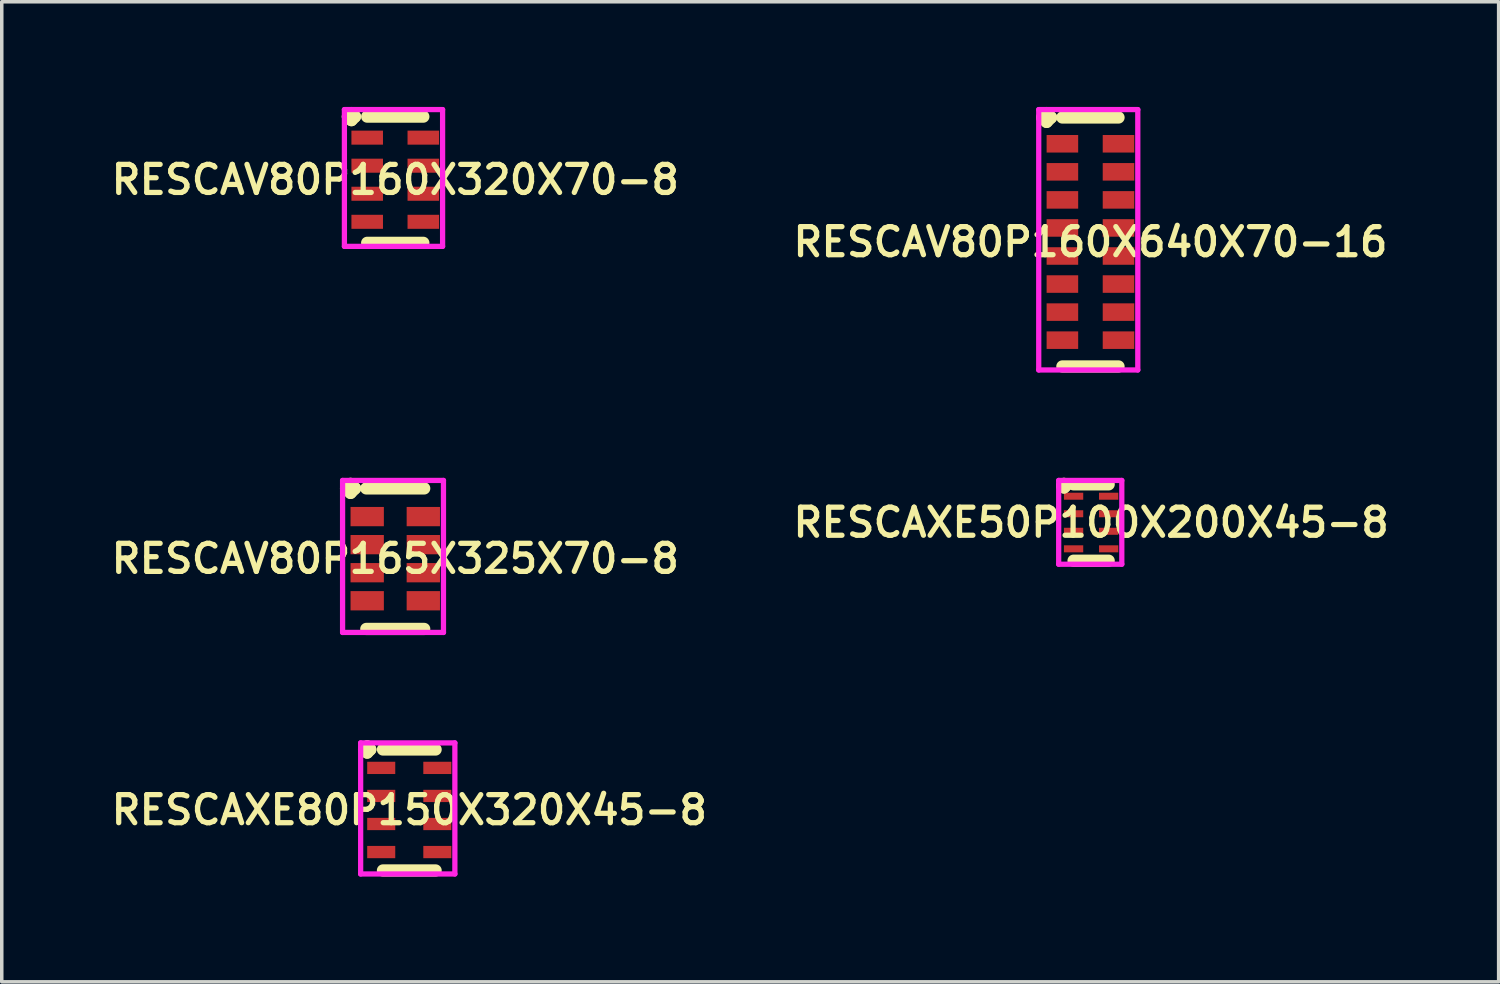
<source format=kicad_pcb>
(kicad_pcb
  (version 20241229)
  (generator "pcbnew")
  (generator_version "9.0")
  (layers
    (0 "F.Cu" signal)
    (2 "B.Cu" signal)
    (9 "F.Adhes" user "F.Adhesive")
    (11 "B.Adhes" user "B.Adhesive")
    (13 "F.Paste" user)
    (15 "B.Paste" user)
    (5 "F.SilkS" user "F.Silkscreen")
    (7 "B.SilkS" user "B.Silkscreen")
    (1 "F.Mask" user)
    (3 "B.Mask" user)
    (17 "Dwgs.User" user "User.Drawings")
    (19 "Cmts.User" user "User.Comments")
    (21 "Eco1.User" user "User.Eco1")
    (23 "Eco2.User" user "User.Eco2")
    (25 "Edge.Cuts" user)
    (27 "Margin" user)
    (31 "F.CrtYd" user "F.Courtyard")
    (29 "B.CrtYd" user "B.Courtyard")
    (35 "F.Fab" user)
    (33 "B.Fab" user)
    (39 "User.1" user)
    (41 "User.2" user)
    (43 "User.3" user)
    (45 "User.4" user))
  (footprint "RESCAXE50P100X200X45-8"
    (layer "F.Cu")
    (at 28.064 11.85)
    (property "Reference" "RESCAXE50P100X200X45-8" (at 0 0 0) (layer "F.SilkS") (effects (font (size 0.8 0.8) (thickness 0.15))))
    (attr smd)
    (fp_line (start -0.825 -1.05) (end -0.775 -1.1) (stroke (width 0.35) (type solid)) (layer "F.SilkS"))
    (fp_line (start -0.775 -1.1) (end -0.725 -1.05) (stroke (width 0.35) (type solid)) (layer "F.SilkS"))
    (fp_line (start -0.775 -1) (end -0.825 -1.05) (stroke (width 0.35) (type solid)) (layer "F.SilkS"))
    (fp_line (start -0.725 -1.05) (end -0.775 -1) (stroke (width 0.35) (type solid)) (layer "F.SilkS"))
    (fp_line (start -0.5 -1.089) (end 0.5 -1.089) (stroke (width 0.35) (type solid)) (layer "F.SilkS"))
    (fp_line (start -0.5 1.089) (end 0.5 1.089) (stroke (width 0.35) (type solid)) (layer "F.SilkS"))
    (fp_line (start -0.925 -1.2) (end 0.875 -1.2) (stroke (width 0.15) (type solid)) (layer "F.CrtYd"))
    (fp_line (start -0.925 1.189) (end -0.925 -1.2) (stroke (width 0.15) (type solid)) (layer "F.CrtYd"))
    (fp_line (start 0.875 -1.2) (end 0.875 1.189) (stroke (width 0.15) (type solid)) (layer "F.CrtYd"))
    (fp_line (start 0.875 1.189) (end -0.925 1.189) (stroke (width 0.15) (type solid)) (layer "F.CrtYd"))
    (pad "1" smd rect (at -0.5 -0.75) (size 0.55 0.2) (layers "F.Cu" "F.Mask" "F.Paste"))
    (pad "2" smd rect (at -0.5 -0.25) (size 0.55 0.2) (layers "F.Cu" "F.Mask" "F.Paste"))
    (pad "3" smd rect (at -0.5 0.25) (size 0.55 0.2) (layers "F.Cu" "F.Mask" "F.Paste"))
    (pad "4" smd rect (at -0.5 0.75) (size 0.55 0.2) (layers "F.Cu" "F.Mask" "F.Paste"))
    (pad "5" smd rect (at 0.5 0.75) (size 0.55 0.2) (layers "F.Cu" "F.Mask" "F.Paste"))
    (pad "6" smd rect (at 0.5 0.25) (size 0.55 0.2) (layers "F.Cu" "F.Mask" "F.Paste"))
    (pad "7" smd rect (at 0.5 -0.25) (size 0.55 0.2) (layers "F.Cu" "F.Mask" "F.Paste"))
    (pad "8" smd rect (at 0.5 -0.75) (size 0.55 0.2) (layers "F.Cu" "F.Mask" "F.Paste")))
  (footprint "RESCAXE80P150X320X45-8"
    (layer "F.Cu")
    (at 8.621 20.047)
    (property "Reference" "RESCAXE80P150X320X45-8" (at 0 0 0) (layer "F.SilkS") (effects (font (size 0.8 0.8) (thickness 0.15))))
    (attr smd)
    (fp_line (start -1.288 -1.725) (end -1.2 -1.812) (stroke (width 0.35) (type solid)) (layer "F.SilkS"))
    (fp_line (start -1.2 -1.812) (end -1.113 -1.725) (stroke (width 0.35) (type solid)) (layer "F.SilkS"))
    (fp_line (start -1.2 -1.637) (end -1.288 -1.725) (stroke (width 0.35) (type solid)) (layer "F.SilkS"))
    (fp_line (start -1.113 -1.725) (end -1.2 -1.637) (stroke (width 0.35) (type solid)) (layer "F.SilkS"))
    (fp_line (start -0.75 -1.725) (end 0.75 -1.725) (stroke (width 0.35) (type solid)) (layer "F.SilkS"))
    (fp_line (start -0.75 1.725) (end 0.75 1.725) (stroke (width 0.35) (type solid)) (layer "F.SilkS"))
    (fp_line (start -1.387 -1.913) (end 1.3 -1.913) (stroke (width 0.15) (type solid)) (layer "F.CrtYd"))
    (fp_line (start -1.387 1.825) (end -1.387 -1.913) (stroke (width 0.15) (type solid)) (layer "F.CrtYd"))
    (fp_line (start 1.3 -1.913) (end 1.3 1.825) (stroke (width 0.15) (type solid)) (layer "F.CrtYd"))
    (fp_line (start 1.3 1.825) (end -1.387 1.825) (stroke (width 0.15) (type solid)) (layer "F.CrtYd"))
    (pad "1" smd rect (at -0.8 -1.2) (size 0.8 0.35) (layers "F.Cu" "F.Mask" "F.Paste"))
    (pad "2" smd rect (at -0.8 -0.4) (size 0.8 0.35) (layers "F.Cu" "F.Mask" "F.Paste"))
    (pad "3" smd rect (at -0.8 0.4) (size 0.8 0.35) (layers "F.Cu" "F.Mask" "F.Paste"))
    (pad "4" smd rect (at -0.8 1.2) (size 0.8 0.35) (layers "F.Cu" "F.Mask" "F.Paste"))
    (pad "5" smd rect (at 0.8 1.2) (size 0.8 0.35) (layers "F.Cu" "F.Mask" "F.Paste"))
    (pad "6" smd rect (at 0.8 0.4) (size 0.8 0.35) (layers "F.Cu" "F.Mask" "F.Paste"))
    (pad "7" smd rect (at 0.8 -0.4) (size 0.8 0.35) (layers "F.Cu" "F.Mask" "F.Paste"))
    (pad "8" smd rect (at 0.8 -1.2) (size 0.8 0.35) (layers "F.Cu" "F.Mask" "F.Paste")))
  (footprint "RESCAV80P165X325X70-8"
    (layer "F.Cu")
    (at 8.221 12.881)
    (property "Reference" "RESCAV80P165X325X70-8" (at 0 0 0) (layer "F.SilkS") (effects (font (size 0.8 0.8) (thickness 0.15))))
    (attr smd)
    (fp_line (start -1.402 -2.004) (end -1.275 -2.131) (stroke (width 0.35) (type solid)) (layer "F.SilkS"))
    (fp_line (start -1.275 -2.131) (end -1.148 -2.004) (stroke (width 0.35) (type solid)) (layer "F.SilkS"))
    (fp_line (start -1.275 -1.877) (end -1.402 -2.004) (stroke (width 0.35) (type solid)) (layer "F.SilkS"))
    (fp_line (start -1.148 -2.004) (end -1.275 -1.877) (stroke (width 0.35) (type solid)) (layer "F.SilkS"))
    (fp_line (start -0.825 -2.004) (end 0.825 -2.004) (stroke (width 0.35) (type solid)) (layer "F.SilkS"))
    (fp_line (start -0.825 2.004) (end 0.825 2.004) (stroke (width 0.35) (type solid)) (layer "F.SilkS"))
    (fp_line (start -1.502 -2.231) (end 1.375 -2.231) (stroke (width 0.15) (type solid)) (layer "F.CrtYd"))
    (fp_line (start -1.502 2.104) (end -1.502 -2.231) (stroke (width 0.15) (type solid)) (layer "F.CrtYd"))
    (fp_line (start 1.375 -2.231) (end 1.375 2.104) (stroke (width 0.15) (type solid)) (layer "F.CrtYd"))
    (fp_line (start 1.375 2.104) (end -1.502 2.104) (stroke (width 0.15) (type solid)) (layer "F.CrtYd"))
    (pad "1" smd rect (at -0.8 -1.2) (size 0.95 0.55) (layers "F.Cu" "F.Mask" "F.Paste"))
    (pad "2" smd rect (at -0.8 -0.4) (size 0.95 0.55) (layers "F.Cu" "F.Mask" "F.Paste"))
    (pad "3" smd rect (at -0.8 0.4) (size 0.95 0.55) (layers "F.Cu" "F.Mask" "F.Paste"))
    (pad "4" smd rect (at -0.8 1.2) (size 0.95 0.55) (layers "F.Cu" "F.Mask" "F.Paste"))
    (pad "5" smd rect (at 0.8 1.2) (size 0.95 0.55) (layers "F.Cu" "F.Mask" "F.Paste"))
    (pad "6" smd rect (at 0.8 0.4) (size 0.95 0.55) (layers "F.Cu" "F.Mask" "F.Paste"))
    (pad "7" smd rect (at 0.8 -0.4) (size 0.95 0.55) (layers "F.Cu" "F.Mask" "F.Paste"))
    (pad "8" smd rect (at 0.8 -1.2) (size 0.95 0.55) (layers "F.Cu" "F.Mask" "F.Paste")))
  (footprint "RESCAV80P160X320X70-8"
    (layer "F.Cu")
    (at 8.221 2.075)
    (property "Reference" "RESCAV80P160X320X70-8" (at 0 0 0) (layer "F.SilkS") (effects (font (size 0.8 0.8) (thickness 0.15))))
    (attr through_hole)
    (fp_line (start -1.35 -1.8) (end -1.25 -1.9) (stroke (width 0.35) (type solid)) (layer "F.SilkS"))
    (fp_line (start -1.25 -1.9) (end -1.15 -1.8) (stroke (width 0.35) (type solid)) (layer "F.SilkS"))
    (fp_line (start -1.25 -1.7) (end -1.35 -1.8) (stroke (width 0.35) (type solid)) (layer "F.SilkS"))
    (fp_line (start -1.15 -1.8) (end -1.25 -1.7) (stroke (width 0.35) (type solid)) (layer "F.SilkS"))
    (fp_line (start -0.8 -1.8) (end 0.8 -1.8) (stroke (width 0.35) (type solid)) (layer "F.SilkS"))
    (fp_line (start -0.8 1.8) (end 0.8 1.8) (stroke (width 0.35) (type solid)) (layer "F.SilkS"))
    (fp_line (start -1.45 -2) (end 1.35 -2) (stroke (width 0.15) (type solid)) (layer "F.CrtYd"))
    (fp_line (start -1.45 1.9) (end -1.45 -2) (stroke (width 0.15) (type solid)) (layer "F.CrtYd"))
    (fp_line (start 1.35 -2) (end 1.35 1.9) (stroke (width 0.15) (type solid)) (layer "F.CrtYd"))
    (fp_line (start 1.35 1.9) (end -1.45 1.9) (stroke (width 0.15) (type solid)) (layer "F.CrtYd"))
    (pad "1" smd rect (at -0.8 -1.2) (size 0.9 0.4) (layers "F.Cu" "F.Mask" "F.Paste"))
    (pad "2" smd rect (at -0.8 -0.4) (size 0.9 0.4) (layers "F.Cu" "F.Mask" "F.Paste"))
    (pad "3" smd rect (at -0.8 0.4) (size 0.9 0.4) (layers "F.Cu" "F.Mask" "F.Paste"))
    (pad "4" smd rect (at -0.8 1.2) (size 0.9 0.4) (layers "F.Cu" "F.Mask" "F.Paste"))
    (pad "5" smd rect (at 0.8 1.2) (size 0.9 0.4) (layers "F.Cu" "F.Mask" "F.Paste"))
    (pad "6" smd rect (at 0.8 0.4) (size 0.9 0.4) (layers "F.Cu" "F.Mask" "F.Paste"))
    (pad "7" smd rect (at 0.8 -0.4) (size 0.9 0.4) (layers "F.Cu" "F.Mask" "F.Paste"))
    (pad "8" smd rect (at 0.8 -1.2) (size 0.9 0.4) (layers "F.Cu" "F.Mask" "F.Paste")))
  (footprint "RESCAV80P160X640X70-16"
    (layer "F.Cu")
    (at 28.045 3.85)
    (property "Reference" "RESCAV80P160X640X70-16" (at 0 0 0) (layer "F.SilkS") (effects (font (size 0.8 0.8) (thickness 0.15))))
    (attr smd)
    (fp_line (start -1.375 -3.55) (end -1.25 -3.675) (stroke (width 0.35) (type solid)) (layer "F.SilkS"))
    (fp_line (start -1.25 -3.675) (end -1.125 -3.55) (stroke (width 0.35) (type solid)) (layer "F.SilkS"))
    (fp_line (start -1.25 -3.425) (end -1.375 -3.55) (stroke (width 0.35) (type solid)) (layer "F.SilkS"))
    (fp_line (start -1.125 -3.55) (end -1.25 -3.425) (stroke (width 0.35) (type solid)) (layer "F.SilkS"))
    (fp_line (start -0.8 -3.55) (end 0.8 -3.55) (stroke (width 0.35) (type solid)) (layer "F.SilkS"))
    (fp_line (start -0.8 3.55) (end 0.8 3.55) (stroke (width 0.35) (type solid)) (layer "F.SilkS"))
    (fp_line (start -1.475 -3.775) (end 1.35 -3.775) (stroke (width 0.15) (type solid)) (layer "F.CrtYd"))
    (fp_line (start -1.475 3.65) (end -1.475 -3.775) (stroke (width 0.15) (type solid)) (layer "F.CrtYd"))
    (fp_line (start 1.35 -3.775) (end 1.35 3.65) (stroke (width 0.15) (type solid)) (layer "F.CrtYd"))
    (fp_line (start 1.35 3.65) (end -1.475 3.65) (stroke (width 0.15) (type solid)) (layer "F.CrtYd"))
    (pad "1" smd rect (at -0.8 -2.8) (size 0.9 0.5) (layers "F.Cu" "F.Mask" "F.Paste"))
    (pad "2" smd rect (at -0.8 -2) (size 0.9 0.5) (layers "F.Cu" "F.Mask" "F.Paste"))
    (pad "3" smd rect (at -0.8 -1.2) (size 0.9 0.5) (layers "F.Cu" "F.Mask" "F.Paste"))
    (pad "4" smd rect (at -0.8 -0.4) (size 0.9 0.5) (layers "F.Cu" "F.Mask" "F.Paste"))
    (pad "5" smd rect (at -0.8 0.4) (size 0.9 0.5) (layers "F.Cu" "F.Mask" "F.Paste"))
    (pad "6" smd rect (at -0.8 1.2) (size 0.9 0.5) (layers "F.Cu" "F.Mask" "F.Paste"))
    (pad "7" smd rect (at -0.8 2) (size 0.9 0.5) (layers "F.Cu" "F.Mask" "F.Paste"))
    (pad "8" smd rect (at -0.8 2.8) (size 0.9 0.5) (layers "F.Cu" "F.Mask" "F.Paste"))
    (pad "9" smd rect (at 0.8 2.8) (size 0.9 0.5) (layers "F.Cu" "F.Mask" "F.Paste"))
    (pad "10" smd rect (at 0.8 2) (size 0.9 0.5) (layers "F.Cu" "F.Mask" "F.Paste"))
    (pad "11" smd rect (at 0.8 1.2) (size 0.9 0.5) (layers "F.Cu" "F.Mask" "F.Paste"))
    (pad "12" smd rect (at 0.8 0.4) (size 0.9 0.5) (layers "F.Cu" "F.Mask" "F.Paste"))
    (pad "13" smd rect (at 0.8 -0.4) (size 0.9 0.5) (layers "F.Cu" "F.Mask" "F.Paste"))
    (pad "14" smd rect (at 0.8 -1.2) (size 0.9 0.5) (layers "F.Cu" "F.Mask" "F.Paste"))
    (pad "15" smd rect (at 0.8 -2) (size 0.9 0.5) (layers "F.Cu" "F.Mask" "F.Paste"))
    (pad "16" smd rect (at 0.8 -2.8) (size 0.9 0.5) (layers "F.Cu" "F.Mask" "F.Paste")))
  (gr_rect
    (start -3 -3)
    (end 39.685 24.948)
    (stroke (width 0.1) (type default))
    (fill no)
    (layer "Edge.Cuts")))
</source>
